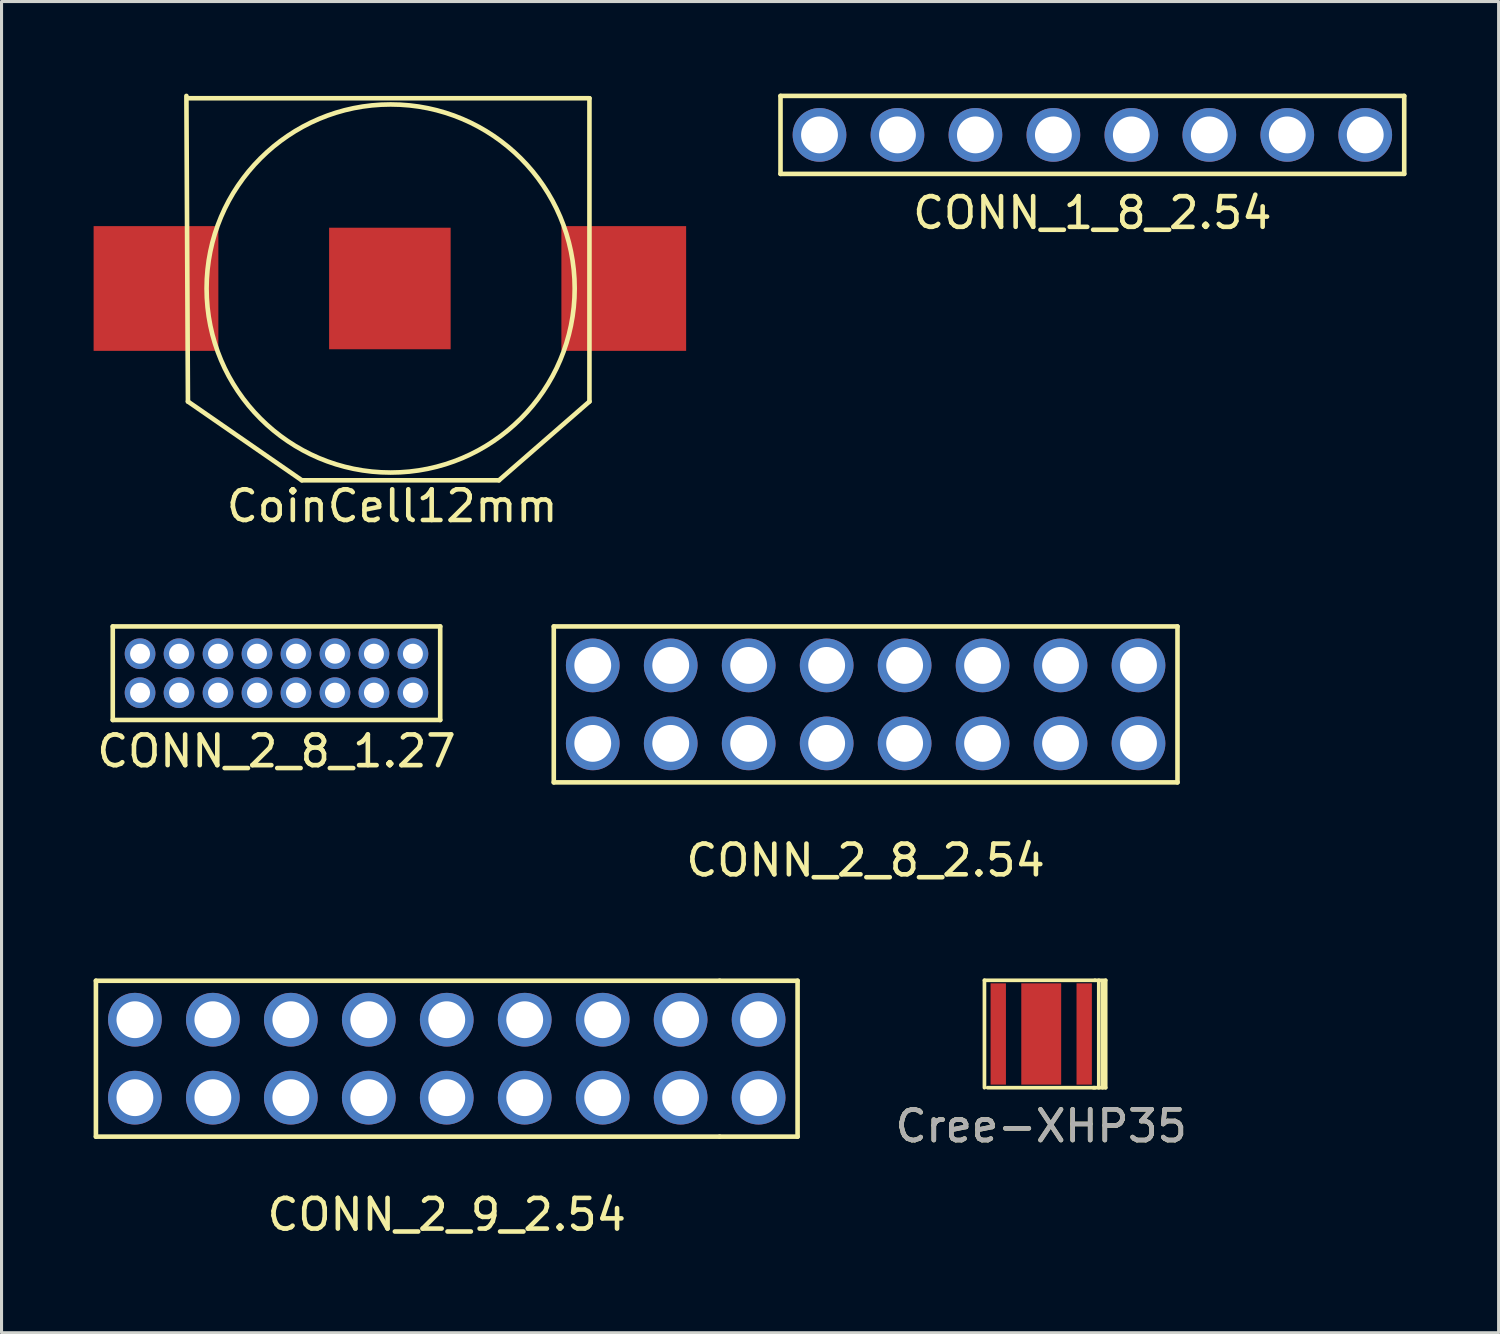
<source format=kicad_pcb>
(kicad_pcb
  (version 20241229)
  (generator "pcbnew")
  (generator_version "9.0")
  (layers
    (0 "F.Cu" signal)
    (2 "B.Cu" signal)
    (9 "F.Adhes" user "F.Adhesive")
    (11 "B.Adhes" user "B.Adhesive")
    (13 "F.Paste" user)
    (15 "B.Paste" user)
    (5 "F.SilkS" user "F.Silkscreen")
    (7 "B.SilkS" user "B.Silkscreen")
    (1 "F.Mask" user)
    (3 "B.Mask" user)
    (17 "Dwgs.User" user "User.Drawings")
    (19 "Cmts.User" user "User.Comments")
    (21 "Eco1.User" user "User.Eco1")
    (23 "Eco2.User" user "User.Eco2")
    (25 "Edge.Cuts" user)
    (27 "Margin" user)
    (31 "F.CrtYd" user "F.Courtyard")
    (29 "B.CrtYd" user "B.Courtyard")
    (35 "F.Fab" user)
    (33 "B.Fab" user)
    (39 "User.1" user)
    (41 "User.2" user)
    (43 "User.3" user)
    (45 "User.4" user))
  (footprint "CONN_2_8_1.27"
    (layer "F.Cu")
    (at 5.958 18.883)
    (property "Reference" "CONN_2_8_1.27" (at 0 2.54 0) (layer "F.SilkS") (effects (font (size 1 1) (thickness 0.15))))
    (attr through_hole)
    (fp_line (start -5.334 -1.524) (end 5.334 -1.524) (stroke (width 0.15) (type solid)) (layer "F.SilkS"))
    (fp_line (start -5.334 1.524) (end -5.334 -1.524) (stroke (width 0.15) (type solid)) (layer "F.SilkS"))
    (fp_line (start 5.334 -1.524) (end 5.334 1.524) (stroke (width 0.15) (type solid)) (layer "F.SilkS"))
    (fp_line (start 5.334 1.524) (end -5.334 1.524) (stroke (width 0.15) (type solid)) (layer "F.SilkS"))
    (pad "1" thru_hole circle (at -4.445 -0.635) (size 1 1) (drill 0.65) (layers "*.Cu" "*.Mask"))
    (pad "2" thru_hole circle (at -4.445 0.635) (size 1 1) (drill 0.65) (layers "*.Cu" "*.Mask"))
    (pad "3" thru_hole circle (at -3.175 -0.635) (size 1 1) (drill 0.65) (layers "*.Cu" "*.Mask"))
    (pad "4" thru_hole circle (at -3.175 0.635) (size 1 1) (drill 0.65) (layers "*.Cu" "*.Mask"))
    (pad "5" thru_hole circle (at -1.905 -0.635) (size 1 1) (drill 0.65) (layers "*.Cu" "*.Mask"))
    (pad "6" thru_hole circle (at -1.905 0.635) (size 1 1) (drill 0.65) (layers "*.Cu" "*.Mask"))
    (pad "7" thru_hole circle (at -0.635 -0.635) (size 1 1) (drill 0.65) (layers "*.Cu" "*.Mask"))
    (pad "8" thru_hole circle (at -0.635 0.635) (size 1 1) (drill 0.65) (layers "*.Cu" "*.Mask"))
    (pad "9" thru_hole circle (at 0.635 -0.635) (size 1 1) (drill 0.65) (layers "*.Cu" "*.Mask"))
    (pad "10" thru_hole circle (at 0.635 0.635) (size 1 1) (drill 0.65) (layers "*.Cu" "*.Mask"))
    (pad "11" thru_hole circle (at 1.905 -0.635) (size 1 1) (drill 0.65) (layers "*.Cu" "*.Mask"))
    (pad "12" thru_hole circle (at 1.905 0.635) (size 1 1) (drill 0.65) (layers "*.Cu" "*.Mask"))
    (pad "13" thru_hole circle (at 3.175 -0.635) (size 1 1) (drill 0.65) (layers "*.Cu" "*.Mask"))
    (pad "14" thru_hole circle (at 3.175 0.635) (size 1 1) (drill 0.65) (layers "*.Cu" "*.Mask"))
    (pad "15" thru_hole circle (at 4.445 -0.635) (size 1 1) (drill 0.65) (layers "*.Cu" "*.Mask"))
    (pad "16" thru_hole circle (at 4.445 0.635) (size 1 1) (drill 0.65) (layers "*.Cu" "*.Mask")))
  (footprint "Cree-XHP35"
    (layer "F.Cu")
    (at 30.873 30.637)
    (property "Reference" "Cree-XHP35" (at 0 3 0) (unlocked yes) (layer "F.SilkS") (effects (font (size 1 1) (thickness 0.15))))
    (attr smd)
    (fp_line (start -1.85 -1.75) (end 1.75 -1.75) (stroke (width 0.12) (type solid)) (layer "F.SilkS"))
    (fp_line (start -1.85 1.75) (end -1.85 -1.75) (stroke (width 0.12) (type solid)) (layer "F.SilkS"))
    (fp_line (start 1.75 -1.75) (end 2.1 -1.75) (stroke (width 0.12) (type solid)) (layer "F.SilkS"))
    (fp_line (start 1.75 1.75) (end -1.75 1.75) (stroke (width 0.12) (type solid)) (layer "F.SilkS"))
    (fp_line (start 1.875 1.75) (end 1.875 -1.75) (stroke (width 0.12) (type solid)) (layer "F.SilkS"))
    (fp_line (start 2 -1.7) (end 2 1.75) (stroke (width 0.12) (type solid)) (layer "F.SilkS"))
    (fp_line (start 2.1 -1.75) (end 2.1 1.75) (stroke (width 0.12) (type solid)) (layer "F.SilkS"))
    (fp_line (start 2.1 1.75) (end 1.7 1.75) (stroke (width 0.12) (type solid)) (layer "F.SilkS"))
    (fp_text user "${REFERENCE}" (at 0 3 0) (unlocked yes) (layer "F.Fab") (effects (font (size 1 1) (thickness 0.15))))
    (pad "1" smd rect (at 1.4 0) (size 0.5 3.3) (layers "F.Cu" "F.Mask" "F.Paste"))
    (pad "2" smd rect (at -1.4 0) (size 0.5 3.3) (layers "F.Cu" "F.Mask" "F.Paste"))
    (pad "3" smd rect (at 0 0) (size 1.3 3.3) (layers "F.Cu" "F.Mask" "F.Paste")))
  (footprint "CONN_2_9_2.54"
    (layer "F.Cu")
    (at 11.505 31.442)
    (property "Reference" "CONN_2_9_2.54" (at 0 5.08 0) (layer "F.SilkS") (effects (font (size 1 1) (thickness 0.15))))
    (attr through_hole)
    (fp_line (start -11.43 -2.54) (end 8.89 -2.54) (stroke (width 0.15) (type solid)) (layer "F.SilkS"))
    (fp_line (start -11.43 2.54) (end -11.43 -2.54) (stroke (width 0.15) (type solid)) (layer "F.SilkS"))
    (fp_line (start 8.89 -2.54) (end 11.43 -2.54) (stroke (width 0.15) (type solid)) (layer "F.SilkS"))
    (fp_line (start 8.89 2.54) (end -11.43 2.54) (stroke (width 0.15) (type solid)) (layer "F.SilkS"))
    (fp_line (start 11.43 -2.54) (end 11.43 2.54) (stroke (width 0.15) (type solid)) (layer "F.SilkS"))
    (fp_line (start 11.43 2.54) (end 8.89 2.54) (stroke (width 0.15) (type solid)) (layer "F.SilkS"))
    (pad "1" thru_hole circle (at -10.16 -1.27) (size 1.75 1.75) (drill 1.2) (layers "*.Cu" "*.Mask"))
    (pad "2" thru_hole circle (at -10.16 1.27) (size 1.75 1.75) (drill 1.2) (layers "*.Cu" "*.Mask"))
    (pad "3" thru_hole circle (at -7.62 -1.27) (size 1.75 1.75) (drill 1.2) (layers "*.Cu" "*.Mask"))
    (pad "4" thru_hole circle (at -7.62 1.27) (size 1.75 1.75) (drill 1.2) (layers "*.Cu" "*.Mask"))
    (pad "5" thru_hole circle (at -5.08 -1.27) (size 1.75 1.75) (drill 1.2) (layers "*.Cu" "*.Mask"))
    (pad "6" thru_hole circle (at -5.08 1.27) (size 1.75 1.75) (drill 1.2) (layers "*.Cu" "*.Mask"))
    (pad "7" thru_hole circle (at -2.54 -1.27) (size 1.75 1.75) (drill 1.2) (layers "*.Cu" "*.Mask"))
    (pad "8" thru_hole circle (at -2.54 1.27) (size 1.75 1.75) (drill 1.2) (layers "*.Cu" "*.Mask"))
    (pad "9" thru_hole circle (at 0 -1.27) (size 1.75 1.75) (drill 1.2) (layers "*.Cu" "*.Mask"))
    (pad "10" thru_hole circle (at 0 1.27) (size 1.75 1.75) (drill 1.2) (layers "*.Cu" "*.Mask"))
    (pad "11" thru_hole circle (at 2.54 -1.27) (size 1.75 1.75) (drill 1.2) (layers "*.Cu" "*.Mask"))
    (pad "12" thru_hole circle (at 2.54 1.27) (size 1.75 1.75) (drill 1.2) (layers "*.Cu" "*.Mask"))
    (pad "13" thru_hole circle (at 5.08 -1.27) (size 1.75 1.75) (drill 1.2) (layers "*.Cu" "*.Mask"))
    (pad "14" thru_hole circle (at 5.08 1.27) (size 1.75 1.75) (drill 1.2) (layers "*.Cu" "*.Mask"))
    (pad "15" thru_hole circle (at 7.62 -1.27) (size 1.75 1.75) (drill 1.2) (layers "*.Cu" "*.Mask"))
    (pad "16" thru_hole circle (at 7.62 1.27) (size 1.75 1.75) (drill 1.2) (layers "*.Cu" "*.Mask"))
    (pad "17" thru_hole circle (at 10.16 -1.27) (size 1.75 1.75) (drill 1.2) (layers "*.Cu" "*.Mask"))
    (pad "18" thru_hole circle (at 10.16 1.27) (size 1.75 1.75) (drill 1.2) (layers "*.Cu" "*.Mask")))
  (footprint "CoinCell12mm"
    (layer "F.Cu")
    (at 9.652 6.349)
    (property "Reference" "CoinCell12mm" (at 0.076 7.087 0) (layer "F.SilkS") (effects (font (size 1 1) (thickness 0.15))))
    (attr through_hole)
    (fp_line (start -6.629 -6.274) (end -6.579 3.683) (stroke (width 0.15) (type solid)) (layer "F.SilkS"))
    (fp_line (start -6.579 3.683) (end -2.87 6.248) (stroke (width 0.15) (type solid)) (layer "F.SilkS"))
    (fp_line (start -2.87 6.248) (end 3.556 6.248) (stroke (width 0.15) (type solid)) (layer "F.SilkS"))
    (fp_line (start 3.556 6.248) (end 6.502 3.683) (stroke (width 0.15) (type solid)) (layer "F.SilkS"))
    (fp_line (start 6.502 -6.198) (end -6.579 -6.198) (stroke (width 0.15) (type solid)) (layer "F.SilkS"))
    (fp_line (start 6.502 3.683) (end 6.502 -6.198) (stroke (width 0.15) (type solid)) (layer "F.SilkS"))
    (fp_circle (center 0.025 0) (end 6.02 -0.127) (stroke (width 0.15) (type solid)) (fill no) (layer "F.SilkS"))
    (pad "1" smd rect (at -7.62 0) (size 4.064 4.064) (layers "F.Cu" "F.Mask" "F.Paste"))
    (pad "1" smd rect (at 7.62 0) (size 4.064 4.064) (layers "F.Cu" "F.Mask" "F.Paste"))
    (pad "2" smd rect (at 0 0) (size 3.96 3.96) (layers "F.Cu" "F.Mask" "F.Paste")))
  (footprint "CONN_1_8_2.54"
    (layer "F.Cu")
    (at 32.539 1.345)
    (property "Reference" "CONN_1_8_2.54" (at 0 2.54 0) (layer "F.SilkS") (effects (font (size 1 1) (thickness 0.15))))
    (attr through_hole)
    (fp_line (start -10.16 -1.27) (end 10.16 -1.27) (stroke (width 0.15) (type solid)) (layer "F.SilkS"))
    (fp_line (start -10.16 1.27) (end -10.16 -1.27) (stroke (width 0.15) (type solid)) (layer "F.SilkS"))
    (fp_line (start 10.16 -1.27) (end 10.16 1.27) (stroke (width 0.15) (type solid)) (layer "F.SilkS"))
    (fp_line (start 10.16 1.27) (end -10.16 1.27) (stroke (width 0.15) (type solid)) (layer "F.SilkS"))
    (pad "1" thru_hole circle (at -8.89 0) (size 1.75 1.75) (drill 1.2) (layers "*.Cu" "*.Mask"))
    (pad "2" thru_hole circle (at -6.35 0) (size 1.75 1.75) (drill 1.2) (layers "*.Cu" "*.Mask"))
    (pad "3" thru_hole circle (at -3.81 0) (size 1.75 1.75) (drill 1.2) (layers "*.Cu" "*.Mask"))
    (pad "4" thru_hole circle (at -1.27 0) (size 1.75 1.75) (drill 1.2) (layers "*.Cu" "*.Mask"))
    (pad "5" thru_hole circle (at 1.27 0) (size 1.75 1.75) (drill 1.2) (layers "*.Cu" "*.Mask"))
    (pad "6" thru_hole circle (at 3.81 0) (size 1.75 1.75) (drill 1.2) (layers "*.Cu" "*.Mask"))
    (pad "7" thru_hole circle (at 6.35 0) (size 1.75 1.75) (drill 1.2) (layers "*.Cu" "*.Mask"))
    (pad "8" thru_hole circle (at 8.89 0) (size 1.75 1.75) (drill 1.2) (layers "*.Cu" "*.Mask")))
  (footprint "CONN_2_8_2.54"
    (layer "F.Cu")
    (at 25.152 19.899)
    (property "Reference" "CONN_2_8_2.54" (at 0 5.08 0) (layer "F.SilkS") (effects (font (size 1 1) (thickness 0.15))))
    (attr through_hole)
    (fp_line (start -10.16 -2.54) (end 10.16 -2.54) (stroke (width 0.15) (type solid)) (layer "F.SilkS"))
    (fp_line (start -10.16 2.54) (end -10.16 -2.54) (stroke (width 0.15) (type solid)) (layer "F.SilkS"))
    (fp_line (start 10.16 -2.54) (end 10.16 2.54) (stroke (width 0.15) (type solid)) (layer "F.SilkS"))
    (fp_line (start 10.16 2.54) (end -10.16 2.54) (stroke (width 0.15) (type solid)) (layer "F.SilkS"))
    (pad "1" thru_hole circle (at -8.89 -1.27) (size 1.75 1.75) (drill 1.2) (layers "*.Cu" "*.Mask"))
    (pad "2" thru_hole circle (at -8.89 1.27) (size 1.75 1.75) (drill 1.2) (layers "*.Cu" "*.Mask"))
    (pad "3" thru_hole circle (at -6.35 -1.27) (size 1.75 1.75) (drill 1.2) (layers "*.Cu" "*.Mask"))
    (pad "4" thru_hole circle (at -6.35 1.27) (size 1.75 1.75) (drill 1.2) (layers "*.Cu" "*.Mask"))
    (pad "5" thru_hole circle (at -3.81 -1.27) (size 1.75 1.75) (drill 1.2) (layers "*.Cu" "*.Mask"))
    (pad "6" thru_hole circle (at -3.81 1.27) (size 1.75 1.75) (drill 1.2) (layers "*.Cu" "*.Mask"))
    (pad "7" thru_hole circle (at -1.27 -1.27) (size 1.75 1.75) (drill 1.2) (layers "*.Cu" "*.Mask"))
    (pad "8" thru_hole circle (at -1.27 1.27) (size 1.75 1.75) (drill 1.2) (layers "*.Cu" "*.Mask"))
    (pad "9" thru_hole circle (at 1.27 -1.27) (size 1.75 1.75) (drill 1.2) (layers "*.Cu" "*.Mask"))
    (pad "10" thru_hole circle (at 1.27 1.27) (size 1.75 1.75) (drill 1.2) (layers "*.Cu" "*.Mask"))
    (pad "11" thru_hole circle (at 3.81 -1.27) (size 1.75 1.75) (drill 1.2) (layers "*.Cu" "*.Mask"))
    (pad "12" thru_hole circle (at 3.81 1.27) (size 1.75 1.75) (drill 1.2) (layers "*.Cu" "*.Mask"))
    (pad "13" thru_hole circle (at 6.35 -1.27) (size 1.75 1.75) (drill 1.2) (layers "*.Cu" "*.Mask"))
    (pad "14" thru_hole circle (at 6.35 1.27) (size 1.75 1.75) (drill 1.2) (layers "*.Cu" "*.Mask"))
    (pad "15" thru_hole circle (at 8.89 -1.27) (size 1.75 1.75) (drill 1.2) (layers "*.Cu" "*.Mask"))
    (pad "16" thru_hole circle (at 8.89 1.27) (size 1.75 1.75) (drill 1.2) (layers "*.Cu" "*.Mask")))
  (gr_rect
    (start -3 -3)
    (end 45.774 40.37)
    (stroke (width 0.1) (type default))
    (fill no)
    (layer "Edge.Cuts")))
</source>
